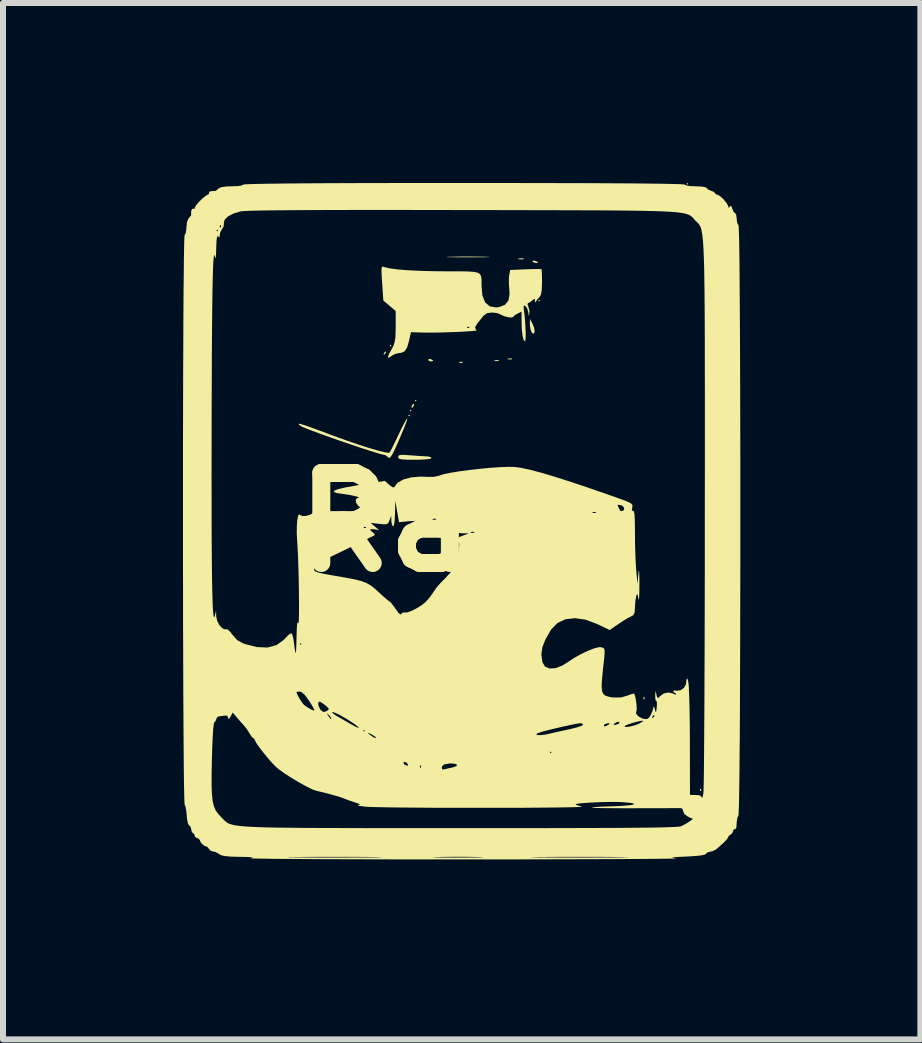
<source format=kicad_pcb>
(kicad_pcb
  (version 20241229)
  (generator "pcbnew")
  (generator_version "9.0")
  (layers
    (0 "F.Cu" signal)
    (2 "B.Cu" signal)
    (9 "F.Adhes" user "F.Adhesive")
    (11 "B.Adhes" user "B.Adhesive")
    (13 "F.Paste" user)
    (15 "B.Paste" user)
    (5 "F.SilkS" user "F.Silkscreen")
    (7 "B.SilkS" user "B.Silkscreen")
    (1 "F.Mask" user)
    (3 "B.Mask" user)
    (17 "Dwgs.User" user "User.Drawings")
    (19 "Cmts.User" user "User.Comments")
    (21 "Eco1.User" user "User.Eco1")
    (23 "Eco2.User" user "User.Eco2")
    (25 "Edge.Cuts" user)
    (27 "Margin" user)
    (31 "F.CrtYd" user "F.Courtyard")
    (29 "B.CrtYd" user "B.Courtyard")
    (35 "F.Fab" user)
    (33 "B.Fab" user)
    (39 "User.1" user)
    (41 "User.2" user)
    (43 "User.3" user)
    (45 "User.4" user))
  (footprint "Rage"
    (layer "F.Cu")
    (at 4.698 5.655)
    (property "Reference" "Rage" (at 0 0 0) (layer "F.SilkS") (effects (font (size 1.5 1.5) (thickness 0.3))))
    (attr board_only exclude_from_pos_files exclude_from_bom)
    (fp_poly (pts (xy -1.223 -2.946) (xy -1.237 -2.932) (xy -1.251 -2.946) (xy -1.237 -2.96)) (stroke (width 0) (type solid)) (fill yes) (layer "F.SilkS"))
    (fp_poly (pts (xy -0.917 -1.779) (xy -0.931 -1.765) (xy -0.945 -1.779) (xy -0.931 -1.792)) (stroke (width 0) (type solid)) (fill yes) (layer "F.SilkS"))
    (fp_poly (pts (xy -0.889 -1.862) (xy -0.903 -1.848) (xy -0.917 -1.862) (xy -0.903 -1.876)) (stroke (width 0) (type solid)) (fill yes) (layer "F.SilkS"))
    (fp_poly (pts (xy -0.806 -2.029) (xy -0.82 -2.015) (xy -0.834 -2.029) (xy -0.82 -2.043)) (stroke (width 0) (type solid)) (fill yes) (layer "F.SilkS"))
    (fp_poly (pts (xy 1.251 -3.696) (xy 1.237 -3.682) (xy 1.223 -3.696) (xy 1.237 -3.71)) (stroke (width 0) (type solid)) (fill yes) (layer "F.SilkS"))
    (fp_poly (pts (xy 3.724 -5.641) (xy 3.71 -5.627) (xy 3.696 -5.641) (xy 3.71 -5.655)) (stroke (width 0) (type solid)) (fill yes) (layer "F.SilkS"))
    (fp_poly (pts (xy -0.035 -2.671) (xy -0.044 -2.658) (xy -0.072 -2.656) (xy -0.101 -2.663) (xy -0.089 -2.673) (xy -0.045 -2.676)) (stroke (width 0) (type solid)) (fill yes) (layer "F.SilkS"))
    (fp_poly (pts (xy 0.563 -2.7) (xy 0.566 -2.69) (xy 0.528 -2.686) (xy 0.489 -2.69) (xy 0.493 -2.7) (xy 0.55 -2.704)) (stroke (width 0) (type solid)) (fill yes) (layer "F.SilkS"))
    (fp_poly (pts (xy 0.785 -2.728) (xy 0.789 -2.718) (xy 0.75 -2.714) (xy 0.711 -2.718) (xy 0.716 -2.728) (xy 0.772 -2.732)) (stroke (width 0) (type solid)) (fill yes) (layer "F.SilkS"))
    (fp_poly (pts (xy 2.992 2.913) (xy 2.995 2.946) (xy 2.992 2.95) (xy 2.976 2.947) (xy 2.974 2.932) (xy 2.984 2.909)) (stroke (width 0) (type solid)) (fill yes) (layer "F.SilkS"))
    (fp_poly (pts (xy 3.937 4.442) (xy 3.94 4.475) (xy 3.937 4.479) (xy 3.92 4.475) (xy 3.918 4.46) (xy 3.929 4.437)) (stroke (width 0) (type solid)) (fill yes) (layer "F.SilkS"))
    (fp_poly (pts (xy -0.846 -1.968) (xy -0.851 -1.947) (xy -0.873 -1.908) (xy -0.888 -1.914) (xy -0.889 -1.93) (xy -0.869 -1.967) (xy -0.862 -1.973)) (stroke (width 0) (type solid)) (fill yes) (layer "F.SilkS"))
    (fp_poly (pts (xy 1.167 -4.357) (xy 1.215 -4.339) (xy 1.215 -4.325) (xy 1.183 -4.321) (xy 1.136 -4.337) (xy 1.127 -4.347) (xy 1.136 -4.361)) (stroke (width 0) (type solid)) (fill yes) (layer "F.SilkS"))
    (fp_poly (pts (xy -1.315 -2.831) (xy -1.32 -2.821) (xy -1.346 -2.794) (xy -1.351 -2.793) (xy -1.353 -2.811) (xy -1.348 -2.821) (xy -1.322 -2.847) (xy -1.317 -2.848)) (stroke (width 0) (type solid)) (fill yes) (layer "F.SilkS"))
    (fp_poly (pts (xy -0.57 -2.72) (xy -0.533 -2.7) (xy -0.528 -2.693) (xy -0.551 -2.683) (xy -0.57 -2.682) (xy -0.607 -2.696) (xy -0.611 -2.709) (xy -0.591 -2.724)) (stroke (width 0) (type solid)) (fill yes) (layer "F.SilkS"))
    (fp_poly (pts (xy 0.98 -4.395) (xy 0.981 -4.386) (xy 0.938 -4.382) (xy 0.931 -4.382) (xy 0.888 -4.386) (xy 0.892 -4.395) (xy 0.897 -4.396) (xy 0.957 -4.4)) (stroke (width 0) (type solid)) (fill yes) (layer "F.SilkS"))
    (fp_poly (pts (xy 1.127 -3.308) (xy 1.154 -3.24) (xy 1.163 -3.182) (xy 1.154 -3.147) (xy 1.128 -3.15) (xy 1.119 -3.158) (xy 1.095 -3.208) (xy 1.084 -3.284) (xy 1.084 -3.292) (xy 1.084 -3.39)) (stroke (width 0) (type solid)) (fill yes) (layer "F.SilkS"))
    (fp_poly (pts (xy 0.298 -4.427) (xy 0.354 -4.425) (xy 0.414 -4.423) (xy 0.421 -4.421) (xy 0.38 -4.419) (xy 0.293 -4.417) (xy 0.165 -4.417) (xy 0.056 -4.417) (xy -0.099 -4.417) (xy -0.215 -4.418) (xy -0.287 -4.419) (xy -0.313 -4.421) (xy -0.289 -4.424) (xy -0.243 -4.425) (xy -0.074 -4.429) (xy 0.117 -4.429)) (stroke (width 0) (type solid)) (fill yes) (layer "F.SilkS"))
    (fp_poly (pts (xy -0.921 -1.117) (xy -0.899 -1.116) (xy -0.787 -1.107) (xy -0.689 -1.101) (xy -0.625 -1.098) (xy -0.621 -1.098) (xy -0.571 -1.088) (xy -0.556 -1.07) (xy -0.582 -1.057) (xy -0.656 -1.048) (xy -0.77 -1.043) (xy -0.834 -1.042) (xy -0.962 -1.043) (xy -1.044 -1.048) (xy -1.09 -1.057) (xy -1.109 -1.073) (xy -1.112 -1.088) (xy -1.105 -1.111) (xy -1.079 -1.122) (xy -1.021 -1.124)) (stroke (width 0) (type solid)) (fill yes) (layer "F.SilkS"))
    (fp_poly (pts (xy -0.964 -1.703) (xy -0.989 -1.633) (xy -1.029 -1.532) (xy -1.081 -1.41) (xy -1.094 -1.38) (xy -1.155 -1.242) (xy -1.2 -1.149) (xy -1.232 -1.096) (xy -1.255 -1.074) (xy -1.273 -1.078) (xy -1.278 -1.083) (xy -1.325 -1.119) (xy -1.35 -1.125) (xy -1.394 -1.135) (xy -1.481 -1.16) (xy -1.602 -1.198) (xy -1.748 -1.245) (xy -1.91 -1.3) (xy -2.08 -1.358) (xy -2.247 -1.417) (xy -2.403 -1.473) (xy -2.539 -1.523) (xy -2.646 -1.564) (xy -2.715 -1.594) (xy -2.725 -1.599) (xy -2.765 -1.627) (xy -2.771 -1.643) (xy -2.742 -1.639) (xy -2.671 -1.618) (xy -2.57 -1.583) (xy -2.456 -1.541) (xy -2.212 -1.45) (xy -1.985 -1.368) (xy -1.779 -1.297) (xy -1.599 -1.239) (xy -1.451 -1.196) (xy -1.341 -1.168) (xy -1.274 -1.158) (xy -1.255 -1.163) (xy -1.233 -1.2) (xy -1.194 -1.276) (xy -1.144 -1.379) (xy -1.101 -1.47) (xy -1.048 -1.58) (xy -1.003 -1.666) (xy -0.971 -1.72) (xy -0.959 -1.732)) (stroke (width 0) (type solid)) (fill yes) (layer "F.SilkS"))
    (fp_poly (pts (xy -1.355 -4.258) (xy -1.345 -4.255) (xy -1.258 -4.233) (xy -1.122 -4.215) (xy -0.942 -4.2) (xy -0.725 -4.19) (xy -0.476 -4.184) (xy -0.302 -4.183) (xy -0.108 -4.183) (xy 0.037 -4.181) (xy 0.14 -4.175) (xy 0.209 -4.162) (xy 0.25 -4.138) (xy 0.271 -4.101) (xy 0.278 -4.047) (xy 0.278 -3.974) (xy 0.278 -3.936) (xy 0.293 -3.777) (xy 0.338 -3.665) (xy 0.412 -3.6) (xy 0.517 -3.581) (xy 0.574 -3.588) (xy 0.669 -3.625) (xy 0.726 -3.695) (xy 0.745 -3.803) (xy 0.74 -3.888) (xy 0.733 -3.991) (xy 0.735 -4.085) (xy 0.739 -4.121) (xy 0.756 -4.205) (xy 1.01 -4.216) (xy 1.123 -4.22) (xy 1.213 -4.221) (xy 1.267 -4.22) (xy 1.276 -4.219) (xy 1.281 -4.189) (xy 1.285 -4.118) (xy 1.286 -4.019) (xy 1.286 -3.997) (xy 1.281 -3.871) (xy 1.268 -3.793) (xy 1.245 -3.754) (xy 1.244 -3.754) (xy 1.2 -3.705) (xy 1.188 -3.682) (xy 1.175 -3.66) (xy 1.169 -3.69) (xy 1.169 -3.691) (xy 1.163 -3.725) (xy 1.141 -3.715) (xy 1.124 -3.698) (xy 1.077 -3.663) (xy 1.053 -3.654) (xy 1.043 -3.634) (xy 1.057 -3.597) (xy 1.077 -3.525) (xy 1.075 -3.479) (xy 1.067 -3.443) (xy 1.062 -3.458) (xy 1.06 -3.491) (xy 1.041 -3.56) (xy 1.013 -3.6) (xy 0.987 -3.616) (xy 0.979 -3.597) (xy 0.984 -3.534) (xy 0.985 -3.527) (xy 0.999 -3.411) (xy 1.008 -3.291) (xy 1.013 -3.179) (xy 1.013 -3.087) (xy 1.008 -3.029) (xy 1.002 -3.015) (xy 0.979 -3.041) (xy 0.961 -3.113) (xy 0.949 -3.219) (xy 0.945 -3.349) (xy 0.945 -3.35) (xy 0.945 -3.51) (xy 0.876 -3.478) (xy 0.825 -3.447) (xy 0.806 -3.423) (xy 0.783 -3.413) (xy 0.729 -3.417) (xy 0.663 -3.433) (xy 0.606 -3.456) (xy 0.591 -3.466) (xy 0.542 -3.485) (xy 0.467 -3.496) (xy 0.456 -3.496) (xy 0.37 -3.486) (xy 0.309 -3.441) (xy 0.301 -3.431) (xy 0.248 -3.364) (xy 0.207 -3.314) (xy 0.17 -3.251) (xy 0.182 -3.212) (xy 0.201 -3.202) (xy 0.192 -3.196) (xy 0.136 -3.189) (xy 0.045 -3.182) (xy -0.072 -3.175) (xy -0.205 -3.17) (xy -0.345 -3.165) (xy -0.48 -3.162) (xy -0.603 -3.161) (xy -0.678 -3.162) (xy -0.898 -3.168) (xy -0.932 -3.019) (xy -0.964 -2.912) (xy -1.004 -2.85) (xy -1.062 -2.824) (xy -1.099 -2.821) (xy -1.167 -2.804) (xy -1.21 -2.78) (xy -1.264 -2.745) (xy -1.284 -2.748) (xy -1.27 -2.792) (xy -1.229 -2.869) (xy -1.192 -2.939) (xy -1.17 -3.004) (xy -1.158 -3.08) (xy -1.154 -3.186) (xy -1.153 -3.256) (xy 0.037 -3.256) (xy 0.041 -3.24) (xy 0.056 -3.238) (xy 0.078 -3.248) (xy 0.074 -3.256) (xy 0.041 -3.259) (xy 0.037 -3.256) (xy -1.153 -3.256) (xy -1.153 -3.261) (xy -1.153 -3.521) (xy -1.256 -3.609) (xy -1.359 -3.696) (xy -1.379 -3.986) (xy -1.387 -4.114) (xy -1.39 -4.197) (xy -1.386 -4.242) (xy -1.375 -4.26)) (stroke (width 0) (type solid)) (fill yes) (layer "F.SilkS"))
    (fp_poly (pts (xy 0.59 -5.655) (xy 1.14 -5.654) (xy 1.637 -5.653) (xy 2.08 -5.652) (xy 2.469 -5.65) (xy 2.804 -5.648) (xy 3.084 -5.645) (xy 3.31 -5.642) (xy 3.481 -5.638) (xy 3.597 -5.635) (xy 3.658 -5.63) (xy 3.668 -5.627) (xy 3.694 -5.613) (xy 3.761 -5.603) (xy 3.849 -5.6) (xy 3.941 -5.596) (xy 4.006 -5.586) (xy 4.03 -5.572) (xy 4.053 -5.546) (xy 4.099 -5.528) (xy 4.151 -5.506) (xy 4.168 -5.486) (xy 4.191 -5.463) (xy 4.206 -5.461) (xy 4.248 -5.44) (xy 4.304 -5.39) (xy 4.356 -5.33) (xy 4.388 -5.275) (xy 4.391 -5.259) (xy 4.398 -5.241) (xy 4.415 -5.262) (xy 4.436 -5.276) (xy 4.454 -5.24) (xy 4.457 -5.227) (xy 4.479 -5.174) (xy 4.502 -5.155) (xy 4.521 -5.131) (xy 4.53 -5.071) (xy 4.53 -5.06) (xy 4.538 -4.993) (xy 4.557 -4.956) (xy 4.56 -4.955) (xy 4.564 -4.926) (xy 4.567 -4.846) (xy 4.571 -4.716) (xy 4.574 -4.542) (xy 4.577 -4.325) (xy 4.579 -4.07) (xy 4.581 -3.78) (xy 4.583 -3.458) (xy 4.585 -3.108) (xy 4.587 -2.733) (xy 4.588 -2.336) (xy 4.589 -1.922) (xy 4.59 -1.493) (xy 4.591 -1.053) (xy 4.591 -0.605) (xy 4.591 -0.153) (xy 4.591 0.3) (xy 4.591 0.75) (xy 4.59 1.195) (xy 4.589 1.63) (xy 4.588 2.052) (xy 4.587 2.459) (xy 4.585 2.845) (xy 4.584 3.209) (xy 4.582 3.546) (xy 4.579 3.853) (xy 4.577 4.127) (xy 4.574 4.365) (xy 4.571 4.562) (xy 4.568 4.716) (xy 4.564 4.822) (xy 4.561 4.879) (xy 4.559 4.887) (xy 4.54 4.932) (xy 4.53 5.006) (xy 4.53 5.023) (xy 4.524 5.091) (xy 4.507 5.115) (xy 4.502 5.113) (xy 4.478 5.12) (xy 4.474 5.14) (xy 4.452 5.188) (xy 4.432 5.201) (xy 4.396 5.229) (xy 4.391 5.244) (xy 4.369 5.282) (xy 4.304 5.349) (xy 4.2 5.441) (xy 4.18 5.457) (xy 4.121 5.484) (xy 4.089 5.489) (xy 4.038 5.504) (xy 4.023 5.523) (xy 3.994 5.541) (xy 3.917 5.555) (xy 3.791 5.566) (xy 3.694 5.571) (xy 3.564 5.577) (xy 3.485 5.582) (xy 3.454 5.587) (xy 3.466 5.592) (xy 3.518 5.6) (xy 3.529 5.601) (xy 3.521 5.603) (xy 3.46 5.605) (xy 3.349 5.607) (xy 3.192 5.609) (xy 2.992 5.611) (xy 2.752 5.612) (xy 2.474 5.614) (xy 2.162 5.615) (xy 1.819 5.616) (xy 1.447 5.617) (xy 1.051 5.618) (xy 0.633 5.619) (xy 0.196 5.619) (xy 0 5.619) (xy -0.445 5.619) (xy -0.873 5.619) (xy -1.282 5.618) (xy -1.666 5.617) (xy -2.025 5.616) (xy -2.354 5.615) (xy -2.65 5.613) (xy -2.911 5.611) (xy -3.133 5.61) (xy -3.314 5.607) (xy -3.449 5.605) (xy -3.536 5.603) (xy -3.572 5.601) (xy -3.571 5.6) (xy -3.537 5.591) (xy -3.55 5.584) (xy -3.578 5.582) (xy -2.961 5.582) (xy -2.957 5.583) (xy -2.905 5.584) (xy -2.806 5.585) (xy -2.663 5.586) (xy -2.479 5.587) (xy -2.255 5.587) (xy -2.168 5.587) (xy -1.931 5.587) (xy -1.732 5.586) (xy -1.575 5.586) (xy -1.46 5.585) (xy -1.391 5.584) (xy -1.386 5.583) (xy -0.53 5.583) (xy -0.494 5.585) (xy -0.412 5.586) (xy -0.287 5.587) (xy -0.123 5.588) (xy -0.111 5.588) (xy 0.056 5.587) (xy 0.183 5.586) (xy 0.268 5.585) (xy 0.307 5.583) (xy 0.299 5.582) (xy 1.091 5.582) (xy 1.091 5.583) (xy 1.141 5.584) (xy 1.237 5.585) (xy 1.377 5.586) (xy 1.559 5.587) (xy 1.781 5.587) (xy 1.904 5.587) (xy 2.145 5.587) (xy 2.348 5.586) (xy 2.511 5.586) (xy 2.63 5.585) (xy 2.705 5.584) (xy 2.732 5.582) (xy 2.709 5.581) (xy 2.635 5.58) (xy 2.579 5.579) (xy 2.341 5.577) (xy 2.069 5.576) (xy 1.784 5.576) (xy 1.508 5.577) (xy 1.262 5.579) (xy 1.246 5.579) (xy 1.142 5.58) (xy 1.091 5.582) (xy 0.299 5.582) (xy 0.297 5.581) (xy 0.235 5.579) (xy 0.229 5.579) (xy 0.05 5.576) (xy -0.154 5.575) (xy -0.351 5.577) (xy -0.452 5.579) (xy -0.517 5.581) (xy -0.53 5.583) (xy -1.386 5.583) (xy -1.37 5.582) (xy -1.399 5.581) (xy -1.48 5.579) (xy -1.521 5.579) (xy -1.761 5.577) (xy -2.034 5.576) (xy -2.318 5.576) (xy -2.589 5.577) (xy -2.814 5.579) (xy -2.914 5.58) (xy -2.961 5.582) (xy -3.578 5.582) (xy -3.613 5.579) (xy -3.729 5.576) (xy -3.757 5.576) (xy -3.903 5.572) (xy -4.003 5.563) (xy -4.065 5.548) (xy -4.095 5.53) (xy -4.155 5.495) (xy -4.191 5.489) (xy -4.244 5.47) (xy -4.262 5.447) (xy -4.292 5.41) (xy -4.309 5.405) (xy -4.356 5.384) (xy -4.401 5.338) (xy -4.419 5.296) (xy -4.441 5.27) (xy -4.46 5.266) (xy -4.497 5.244) (xy -4.502 5.225) (xy -4.517 5.188) (xy -4.53 5.183) (xy -4.552 5.16) (xy -4.558 5.126) (xy -4.573 5.074) (xy -4.592 5.057) (xy -4.615 5.022) (xy -4.631 4.944) (xy -4.636 4.884) (xy -4.645 4.795) (xy -4.658 4.731) (xy -4.67 4.71) (xy -4.673 4.68) (xy -4.676 4.599) (xy -4.679 4.469) (xy -4.681 4.386) (xy -4.221 4.386) (xy -4.216 4.53) (xy -4.204 4.642) (xy -4.184 4.729) (xy -4.155 4.798) (xy -4.114 4.857) (xy -4.062 4.914) (xy -4.05 4.927) (xy -4.026 4.951) (xy -4.005 4.972) (xy -3.983 4.991) (xy -3.959 5.009) (xy -3.929 5.024) (xy -3.889 5.037) (xy -3.838 5.049) (xy -3.773 5.059) (xy -3.69 5.067) (xy -3.586 5.074) (xy -3.46 5.08) (xy -3.307 5.085) (xy -3.126 5.089) (xy -2.913 5.091) (xy -2.665 5.094) (xy -2.38 5.095) (xy -2.054 5.096) (xy -1.686 5.097) (xy -1.271 5.097) (xy -0.807 5.097) (xy -0.292 5.097) (xy -0.106 5.097) (xy 0.448 5.098) (xy 0.947 5.098) (xy 1.396 5.097) (xy 1.796 5.096) (xy 2.149 5.095) (xy 2.457 5.094) (xy 2.724 5.092) (xy 2.951 5.09) (xy 3.14 5.088) (xy 3.293 5.085) (xy 3.413 5.081) (xy 3.503 5.077) (xy 3.564 5.073) (xy 3.598 5.068) (xy 3.604 5.066) (xy 3.684 5.025) (xy 3.742 4.988) (xy 3.801 4.944) (xy 3.721 4.908) (xy 3.66 4.864) (xy 3.64 4.819) (xy 3.625 4.775) (xy 3.606 4.765) (xy 3.57 4.764) (xy 3.486 4.764) (xy 3.361 4.765) (xy 3.205 4.765) (xy 3.023 4.765) (xy 2.836 4.766) (xy 2.641 4.766) (xy 2.466 4.765) (xy 2.319 4.764) (xy 2.207 4.762) (xy 2.136 4.759) (xy 2.113 4.755) (xy 2.145 4.749) (xy 2.219 4.743) (xy 2.324 4.738) (xy 2.39 4.736) (xy 2.562 4.73) (xy 2.692 4.721) (xy 2.779 4.711) (xy 2.82 4.699) (xy 2.814 4.687) (xy 2.757 4.676) (xy 2.647 4.666) (xy 2.606 4.663) (xy 2.508 4.661) (xy 2.388 4.661) (xy 2.258 4.664) (xy 2.13 4.67) (xy 2.013 4.677) (xy 1.919 4.685) (xy 1.86 4.694) (xy 1.845 4.703) (xy 1.879 4.718) (xy 1.944 4.737) (xy 1.951 4.739) (xy 1.942 4.743) (xy 1.882 4.746) (xy 1.778 4.749) (xy 1.634 4.752) (xy 1.456 4.754) (xy 1.249 4.756) (xy 1.019 4.758) (xy 0.77 4.759) (xy 0.509 4.759) (xy 0.24 4.759) (xy -0.03 4.759) (xy -0.298 4.759) (xy -0.556 4.758) (xy -0.801 4.756) (xy -1.026 4.754) (xy -1.227 4.752) (xy -1.398 4.749) (xy -1.533 4.746) (xy -1.627 4.742) (xy -1.667 4.739) (xy -1.747 4.728) (xy -1.788 4.719) (xy -1.782 4.713) (xy -1.779 4.713) (xy -1.747 4.706) (xy -1.76 4.694) (xy -1.822 4.672) (xy -1.834 4.668) (xy -1.922 4.639) (xy -1.996 4.611) (xy -2.015 4.603) (xy -2.073 4.582) (xy -2.167 4.554) (xy -2.279 4.523) (xy -2.392 4.495) (xy -2.473 4.476) (xy -2.542 4.452) (xy -2.643 4.402) (xy -2.763 4.336) (xy -2.888 4.261) (xy -3.005 4.186) (xy -3.101 4.117) (xy -3.15 4.075) (xy -3.154 4.071) (xy -0.75 4.071) (xy -0.74 4.094) (xy -0.732 4.09) (xy -0.731 4.081) (xy -0.384 4.081) (xy -0.38 4.118) (xy -0.343 4.118) (xy -0.28 4.102) (xy -0.199 4.085) (xy -0.199 4.084) (xy -0.14 4.064) (xy -0.13 4.043) (xy -0.161 4.026) (xy -0.229 4.019) (xy -0.267 4.021) (xy -0.346 4.036) (xy -0.381 4.069) (xy -0.384 4.081) (xy -0.731 4.081) (xy -0.728 4.057) (xy -0.732 4.053) (xy -0.748 4.057) (xy -0.75 4.071) (xy -3.154 4.071) (xy -3.218 4.005) (xy -3.224 3.998) (xy -1.02 3.998) (xy -1.018 4.027) (xy -1 4.043) (xy -0.956 4.058) (xy -0.947 4.039) (xy -0.967 4.01) (xy -1.005 3.992) (xy -1.02 3.998) (xy -3.224 3.998) (xy -3.295 3.917) (xy -3.361 3.835) (xy 1.417 3.835) (xy 1.431 3.849) (xy 1.445 3.835) (xy 1.431 3.821) (xy 1.417 3.835) (xy -3.361 3.835) (xy -3.37 3.824) (xy -3.436 3.737) (xy -3.483 3.668) (xy -3.501 3.627) (xy -3.502 3.626) (xy -3.519 3.6) (xy -3.525 3.599) (xy -3.552 3.577) (xy -3.586 3.523) (xy -3.587 3.522) (xy -3.592 3.513) (xy -1.613 3.513) (xy -1.584 3.541) (xy -1.528 3.58) (xy -1.488 3.598) (xy -1.487 3.598) (xy -1.482 3.586) (xy -1.501 3.57) (xy -1.555 3.535) (xy 1.189 3.535) (xy 1.209 3.547) (xy 1.264 3.548) (xy 1.349 3.537) (xy 1.386 3.529) (xy 1.494 3.504) (xy 1.628 3.474) (xy 1.758 3.446) (xy 1.858 3.421) (xy 1.92 3.401) (xy 2.318 3.401) (xy 2.351 3.397) (xy 2.356 3.394) (xy 2.667 3.394) (xy 2.667 3.41) (xy 2.706 3.411) (xy 2.768 3.401) (xy 2.839 3.382) (xy 2.903 3.357) (xy 2.911 3.353) (xy 2.958 3.324) (xy 2.974 3.31) (xy 2.95 3.307) (xy 2.892 3.318) (xy 2.817 3.338) (xy 2.742 3.361) (xy 2.685 3.383) (xy 2.667 3.394) (xy 2.356 3.394) (xy 2.39 3.376) (xy 2.397 3.37) (xy 2.475 3.37) (xy 2.5 3.376) (xy 2.506 3.376) (xy 2.557 3.362) (xy 2.571 3.349) (xy 2.573 3.324) (xy 2.54 3.328) (xy 2.501 3.349) (xy 2.475 3.37) (xy 2.397 3.37) (xy 2.416 3.355) (xy 2.391 3.349) (xy 2.385 3.349) (xy 2.334 3.363) (xy 2.32 3.376) (xy 2.318 3.401) (xy 1.92 3.401) (xy 1.934 3.397) (xy 1.971 3.377) (xy 1.973 3.374) (xy 1.95 3.353) (xy 1.924 3.349) (xy 1.875 3.355) (xy 1.785 3.373) (xy 1.667 3.398) (xy 1.533 3.429) (xy 1.397 3.462) (xy 1.283 3.492) (xy 1.212 3.516) (xy 1.189 3.535) (xy -1.555 3.535) (xy -1.565 3.529) (xy -1.605 3.51) (xy -1.613 3.513) (xy -3.592 3.513) (xy -3.617 3.474) (xy -1.695 3.474) (xy -1.681 3.488) (xy -1.667 3.474) (xy -1.681 3.46) (xy -1.695 3.474) (xy -3.617 3.474) (xy -3.636 3.444) (xy -3.682 3.387) (xy -3.74 3.323) (xy -3.802 3.251) (xy -3.803 3.249) (xy -3.857 3.185) (xy -2.297 3.185) (xy -2.296 3.195) (xy -2.276 3.229) (xy -2.244 3.27) (xy -2.226 3.277) (xy -2.233 3.251) (xy -2.263 3.216) (xy -2.297 3.185) (xy -3.857 3.185) (xy -3.869 3.171) (xy -3.906 3.239) (xy -3.933 3.28) (xy -3.944 3.272) (xy -3.945 3.259) (xy -3.962 3.223) (xy -4.009 3.222) (xy -4.074 3.232) (xy -4.106 3.235) (xy -4.137 3.26) (xy -4.141 3.277) (xy -4.159 3.319) (xy -4.171 3.327) (xy -4.184 3.357) (xy -4.194 3.441) (xy -4.203 3.578) (xy -4.211 3.77) (xy -4.217 3.969) (xy -4.221 4.201) (xy -4.221 4.386) (xy -4.681 4.386) (xy -4.682 4.294) (xy -4.685 4.077) (xy -4.687 3.823) (xy -4.689 3.533) (xy -4.691 3.213) (xy -4.691 3.164) (xy -2.214 3.164) (xy -2.2 3.183) (xy -2.15 3.22) (xy -2.107 3.245) (xy -2.011 3.3) (xy -1.916 3.355) (xy -1.89 3.37) (xy -1.808 3.414) (xy -1.77 3.428) (xy -1.776 3.413) (xy -1.828 3.37) (xy -1.862 3.347) (xy -1.97 3.277) (xy -2.07 3.22) (xy -2.152 3.179) (xy -2.203 3.162) (xy -2.214 3.164) (xy -4.691 3.164) (xy -4.693 2.864) (xy -4.693 2.83) (xy -2.807 2.83) (xy -2.792 2.872) (xy -2.758 2.936) (xy -2.716 3.001) (xy -2.68 3.045) (xy -2.678 3.046) (xy -2.623 3.085) (xy -2.562 3.12) (xy -2.517 3.138) (xy -2.506 3.138) (xy -2.515 3.113) (xy -2.547 3.054) (xy -2.576 3.008) (xy -2.445 3.008) (xy -2.44 3.056) (xy -2.415 3.111) (xy -2.401 3.13) (xy -2.357 3.162) (xy -2.31 3.15) (xy -2.303 3.146) (xy -2.27 3.121) (xy -2.273 3.098) (xy -2.316 3.059) (xy -2.326 3.05) (xy -2.383 3.009) (xy -2.422 2.988) (xy -2.425 2.988) (xy -2.445 3.008) (xy -2.576 3.008) (xy -2.596 2.976) (xy -2.67 2.874) (xy -2.729 2.826) (xy -2.751 2.821) (xy -2.796 2.825) (xy -2.807 2.83) (xy -4.693 2.83) (xy -4.694 2.492) (xy -4.695 2.099) (xy -4.697 1.688) (xy -4.697 1.264) (xy -4.698 0.829) (xy -4.698 0.388) (xy -4.698 -0.057) (xy -4.698 -0.501) (xy -4.698 -0.81) (xy -4.222 -0.81) (xy -4.221 -0.36) (xy -4.221 0.039) (xy -4.219 0.387) (xy -4.217 0.687) (xy -4.214 0.941) (xy -4.21 1.15) (xy -4.205 1.316) (xy -4.2 1.44) (xy -4.193 1.526) (xy -4.186 1.574) (xy -4.178 1.586) (xy -4.168 1.565) (xy -4.166 1.556) (xy -4.147 1.473) (xy -4.144 1.572) (xy -4.127 1.647) (xy -4.089 1.717) (xy -4.04 1.768) (xy -3.993 1.786) (xy -3.977 1.78) (xy -3.947 1.791) (xy -3.901 1.837) (xy -3.875 1.873) (xy -3.795 1.964) (xy -3.69 2.021) (xy -3.673 2.027) (xy -3.466 2.08) (xy -3.288 2.087) (xy -3.139 2.046) (xy -3.017 1.959) (xy -2.993 1.932) (xy -2.941 1.879) (xy -2.901 1.85) (xy -2.894 1.848) (xy -2.876 1.873) (xy -2.859 1.938) (xy -2.848 2.008) (xy -2.835 2.115) (xy -2.825 2.172) (xy -2.818 2.178) (xy -2.812 2.132) (xy -2.809 2.032) (xy -2.808 2.029) (xy -2.751 2.029) (xy -2.737 2.043) (xy -2.723 2.029) (xy -2.737 2.015) (xy -2.751 2.029) (xy -2.808 2.029) (xy -2.806 1.918) (xy -2.802 1.781) (xy -2.796 1.699) (xy -2.788 1.667) (xy -2.777 1.681) (xy -2.771 1.675) (xy -2.767 1.62) (xy -2.765 1.527) (xy -2.764 1.402) (xy -2.765 1.253) (xy -2.767 1.09) (xy -2.77 0.919) (xy -2.774 0.778) (xy -2.515 0.778) (xy -2.51 0.802) (xy -2.488 0.821) (xy -2.441 0.838) (xy -2.362 0.857) (xy -2.24 0.879) (xy -2.154 0.894) (xy -1.969 0.926) (xy -1.829 0.953) (xy -1.724 0.98) (xy -1.642 1.011) (xy -1.574 1.049) (xy -1.509 1.099) (xy -1.437 1.164) (xy -1.434 1.167) (xy -1.356 1.238) (xy -1.294 1.292) (xy -1.258 1.319) (xy -1.254 1.321) (xy -1.23 1.342) (xy -1.187 1.397) (xy -1.153 1.446) (xy -1.104 1.512) (xy -1.071 1.538) (xy -1.061 1.53) (xy -1.034 1.502) (xy -1.015 1.504) (xy -0.961 1.502) (xy -0.88 1.473) (xy -0.787 1.425) (xy -0.699 1.366) (xy -0.653 1.327) (xy -0.583 1.248) (xy -0.522 1.161) (xy -0.516 1.151) (xy -0.466 1.08) (xy -0.392 0.996) (xy -0.33 0.936) (xy -0.234 0.83) (xy -0.166 0.708) (xy -0.12 0.556) (xy -0.099 0.438) (xy -0.093 0.362) (xy -0.103 0.327) (xy -0.125 0.32) (xy -0.165 0.31) (xy -0.159 0.286) (xy -0.113 0.254) (xy -0.049 0.227) (xy 0.069 0.185) (xy -0.061 0.183) (xy -0.114 0.174) (xy 0.095 0.174) (xy 0.123 0.178) (xy 0.159 0.173) (xy 0.159 0.164) (xy 0.122 0.157) (xy 0.106 0.162) (xy 0.095 0.174) (xy -0.114 0.174) (xy -0.169 0.165) (xy -0.282 0.12) (xy -0.385 0.059) (xy -0.459 -0.01) (xy -0.481 -0.047) (xy -0.504 -0.067) (xy -0.519 -0.055) (xy -0.558 -0.039) (xy -0.633 -0.029) (xy -0.695 -0.027) (xy -0.811 -0.024) (xy -0.928 -0.018) (xy -0.973 -0.014) (xy -1.098 -0.001) (xy -1.125 -0.159) (xy 2.124 -0.159) (xy 2.151 -0.155) (xy 2.187 -0.16) (xy 2.188 -0.17) (xy 2.174 -0.172) (xy 2.406 -0.172) (xy 2.414 -0.164) (xy 2.459 -0.165) (xy 2.523 -0.171) (xy 2.588 -0.182) (xy 2.636 -0.194) (xy 2.646 -0.199) (xy 2.655 -0.23) (xy 2.65 -0.251) (xy 2.612 -0.283) (xy 2.55 -0.292) (xy 2.488 -0.277) (xy 2.454 -0.243) (xy 2.423 -0.189) (xy 2.406 -0.172) (xy 2.174 -0.172) (xy 2.151 -0.176) (xy 2.135 -0.172) (xy 2.124 -0.159) (xy -1.125 -0.159) (xy -1.129 -0.181) (xy -1.16 -0.361) (xy -1.164 -0.146) (xy -1.169 -0.04) (xy -1.179 0.035) (xy -1.193 0.069) (xy -1.195 0.069) (xy -1.214 0.045) (xy -1.225 -0.014) (xy -1.225 -0.021) (xy -1.227 -0.111) (xy -1.255 -0.034) (xy -1.275 0.011) (xy -1.304 0.031) (xy -1.357 0.033) (xy -1.427 0.026) (xy -1.57 0.01) (xy -1.501 0.069) (xy -1.431 0.129) (xy -1.508 0.117) (xy -1.569 0.113) (xy -1.579 0.129) (xy -1.538 0.167) (xy -1.535 0.168) (xy -1.503 0.2) (xy -1.501 0.213) (xy -1.531 0.229) (xy -1.6 0.264) (xy -1.697 0.312) (xy -1.81 0.368) (xy -1.929 0.426) (xy -2.042 0.481) (xy -2.137 0.527) (xy -2.204 0.559) (xy -2.223 0.568) (xy -2.369 0.64) (xy -2.466 0.705) (xy -2.511 0.76) (xy -2.515 0.778) (xy -2.774 0.778) (xy -2.775 0.749) (xy -2.78 0.588) (xy -2.787 0.445) (xy -2.794 0.326) (xy -2.796 0.299) (xy -2.802 0.182) (xy -2.801 0.079) (xy -1.686 0.079) (xy -1.682 0.095) (xy -1.667 0.097) (xy -1.645 0.087) (xy -1.649 0.079) (xy -1.682 0.075) (xy -1.686 0.079) (xy -2.801 0.079) (xy -2.801 0.07) (xy -2.794 -0.026) (xy -2.782 -0.097) (xy -2.767 -0.132) (xy -2.752 -0.126) (xy -2.71 -0.104) (xy -2.642 -0.107) (xy -2.57 -0.13) (xy -2.517 -0.169) (xy -2.514 -0.172) (xy -2.486 -0.2) (xy -2.445 -0.205) (xy -2.374 -0.187) (xy -2.365 -0.185) (xy -2.288 -0.167) (xy -2.232 -0.165) (xy -2.221 -0.168) (xy -2.184 -0.167) (xy -2.108 -0.149) (xy -2.005 -0.118) (xy -1.94 -0.095) (xy -1.688 -0.005) (xy -1.638 -0.071) (xy -1.608 -0.131) (xy -1.623 -0.178) (xy -1.687 -0.22) (xy -1.721 -0.235) (xy -1.776 -0.273) (xy -1.811 -0.324) (xy -1.82 -0.372) (xy -1.797 -0.402) (xy -1.782 -0.405) (xy -1.761 -0.411) (xy -1.785 -0.424) (xy -1.843 -0.44) (xy -1.923 -0.456) (xy -2.016 -0.47) (xy -2.037 -0.473) (xy -2.137 -0.488) (xy -2.183 -0.506) (xy -2.175 -0.528) (xy -2.113 -0.552) (xy -1.996 -0.58) (xy -1.824 -0.611) (xy -1.755 -0.623) (xy -1.333 -0.69) (xy -1.26 -0.623) (xy -1.208 -0.585) (xy -1.178 -0.583) (xy -1.176 -0.587) (xy -1.122 -0.659) (xy -1.024 -0.714) (xy -0.892 -0.749) (xy -0.735 -0.762) (xy -0.629 -0.757) (xy -0.519 -0.757) (xy -0.431 -0.775) (xy -0.421 -0.78) (xy -0.352 -0.802) (xy -0.24 -0.825) (xy -0.095 -0.849) (xy 0.072 -0.871) (xy 0.249 -0.891) (xy 0.425 -0.908) (xy 0.588 -0.919) (xy 0.727 -0.924) (xy 0.826 -0.922) (xy 0.938 -0.907) (xy 1.087 -0.875) (xy 1.274 -0.826) (xy 1.502 -0.758) (xy 1.774 -0.671) (xy 2.092 -0.564) (xy 2.458 -0.437) (xy 2.494 -0.424) (xy 2.626 -0.377) (xy 2.714 -0.343) (xy 2.765 -0.317) (xy 2.789 -0.293) (xy 2.793 -0.268) (xy 2.789 -0.243) (xy 2.783 -0.194) (xy 2.802 -0.192) (xy 2.803 -0.192) (xy 2.816 -0.184) (xy 2.826 -0.138) (xy 2.832 -0.048) (xy 2.834 0.091) (xy 2.835 0.172) (xy 2.836 0.339) (xy 2.841 0.511) (xy 2.847 0.669) (xy 2.855 0.791) (xy 2.856 0.792) (xy 2.876 1.028) (xy 2.892 0.861) (xy 2.899 0.81) (xy 2.904 0.81) (xy 2.907 0.863) (xy 2.909 0.97) (xy 2.909 1.042) (xy 2.908 1.162) (xy 2.905 1.247) (xy 2.9 1.291) (xy 2.894 1.287) (xy 2.893 1.278) (xy 2.881 1.212) (xy 2.871 1.195) (xy 2.859 1.223) (xy 2.855 1.237) (xy 2.842 1.31) (xy 2.835 1.403) (xy 2.835 1.425) (xy 2.829 1.505) (xy 2.807 1.548) (xy 2.772 1.568) (xy 2.716 1.596) (xy 2.635 1.645) (xy 2.562 1.694) (xy 2.414 1.796) (xy 2.208 1.697) (xy 2.015 1.624) (xy 1.836 1.598) (xy 1.678 1.616) (xy 1.544 1.679) (xy 1.44 1.785) (xy 1.431 1.799) (xy 1.343 1.953) (xy 1.292 2.081) (xy 1.275 2.197) (xy 1.289 2.313) (xy 1.295 2.338) (xy 1.337 2.406) (xy 1.412 2.437) (xy 1.511 2.431) (xy 1.624 2.388) (xy 1.709 2.335) (xy 1.816 2.264) (xy 1.935 2.197) (xy 2.053 2.141) (xy 2.159 2.1) (xy 2.238 2.081) (xy 2.265 2.082) (xy 2.297 2.09) (xy 2.317 2.102) (xy 2.328 2.128) (xy 2.329 2.177) (xy 2.323 2.259) (xy 2.309 2.383) (xy 2.304 2.432) (xy 2.287 2.6) (xy 2.279 2.722) (xy 2.285 2.806) (xy 2.306 2.86) (xy 2.346 2.892) (xy 2.406 2.91) (xy 2.461 2.92) (xy 2.606 2.919) (xy 2.699 2.892) (xy 2.769 2.866) (xy 2.814 2.854) (xy 2.821 2.854) (xy 2.837 2.894) (xy 2.851 2.965) (xy 2.861 3.045) (xy 2.865 3.113) (xy 2.859 3.147) (xy 2.852 3.185) (xy 2.885 3.229) (xy 2.946 3.265) (xy 2.98 3.276) (xy 3.037 3.28) (xy 3.058 3.264) (xy 3.119 3.264) (xy 3.123 3.265) (xy 3.148 3.246) (xy 3.154 3.238) (xy 3.161 3.212) (xy 3.157 3.21) (xy 3.132 3.229) (xy 3.126 3.238) (xy 3.119 3.264) (xy 3.058 3.264) (xy 3.075 3.25) (xy 3.098 3.211) (xy 3.129 3.139) (xy 3.144 3.079) (xy 3.144 3.079) (xy 3.151 3.067) (xy 3.164 3.103) (xy 3.166 3.112) (xy 3.179 3.161) (xy 3.186 3.165) (xy 3.194 3.12) (xy 3.198 3.08) (xy 3.201 3.013) (xy 3.195 2.978) (xy 3.189 2.978) (xy 3.177 2.962) (xy 3.172 2.907) (xy 3.172 2.885) (xy 3.176 2.825) (xy 3.181 2.819) (xy 3.188 2.855) (xy 3.204 2.917) (xy 3.228 2.926) (xy 3.262 2.891) (xy 3.318 2.852) (xy 3.394 2.837) (xy 3.46 2.851) (xy 3.467 2.856) (xy 3.507 2.871) (xy 3.521 2.866) (xy 3.517 2.85) (xy 3.506 2.848) (xy 3.476 2.829) (xy 3.474 2.819) (xy 3.495 2.802) (xy 3.529 2.807) (xy 3.59 2.801) (xy 3.65 2.762) (xy 3.683 2.705) (xy 3.684 2.698) (xy 3.694 2.622) (xy 3.704 2.599) (xy 3.717 2.628) (xy 3.725 2.668) (xy 3.731 2.723) (xy 3.736 2.825) (xy 3.741 2.968) (xy 3.745 3.143) (xy 3.748 3.343) (xy 3.75 3.559) (xy 3.75 3.661) (xy 3.752 4.544) (xy 3.849 4.544) (xy 3.919 4.552) (xy 3.947 4.579) (xy 3.95 4.592) (xy 3.956 4.597) (xy 3.967 4.557) (xy 3.975 4.516) (xy 3.978 4.475) (xy 3.98 4.381) (xy 3.983 4.238) (xy 3.985 4.048) (xy 3.987 3.814) (xy 3.989 3.54) (xy 3.991 3.229) (xy 3.993 2.883) (xy 3.994 2.506) (xy 3.996 2.1) (xy 3.997 1.669) (xy 3.998 1.216) (xy 3.999 0.743) (xy 3.999 0.254) (xy 3.999 -0.153) (xy 4 -0.753) (xy 4 -1.299) (xy 4 -1.796) (xy 4 -2.244) (xy 3.999 -2.646) (xy 3.999 -3.006) (xy 3.998 -3.326) (xy 3.996 -3.607) (xy 3.994 -3.854) (xy 3.991 -4.067) (xy 3.988 -4.251) (xy 3.983 -4.406) (xy 3.978 -4.536) (xy 3.972 -4.644) (xy 3.964 -4.732) (xy 3.956 -4.802) (xy 3.946 -4.857) (xy 3.935 -4.899) (xy 3.923 -4.932) (xy 3.909 -4.957) (xy 3.894 -4.977) (xy 3.877 -4.995) (xy 3.859 -5.012) (xy 3.846 -5.024) (xy 3.824 -5.049) (xy 3.804 -5.071) (xy 3.784 -5.091) (xy 3.762 -5.109) (xy 3.734 -5.124) (xy 3.698 -5.138) (xy 3.65 -5.15) (xy 3.589 -5.16) (xy 3.51 -5.169) (xy 3.411 -5.176) (xy 3.29 -5.182) (xy 3.142 -5.187) (xy 2.967 -5.191) (xy 2.759 -5.194) (xy 2.518 -5.197) (xy 2.239 -5.199) (xy 1.92 -5.2) (xy 1.558 -5.201) (xy 1.15 -5.202) (xy 0.694 -5.203) (xy 0.185 -5.204) (xy -0.014 -5.204) (xy -0.626 -5.205) (xy -1.184 -5.206) (xy -1.685 -5.206) (xy -2.132 -5.205) (xy -2.524 -5.204) (xy -2.861 -5.202) (xy -3.143 -5.2) (xy -3.37 -5.197) (xy -3.543 -5.193) (xy -3.662 -5.189) (xy -3.726 -5.184) (xy -3.734 -5.183) (xy -3.853 -5.147) (xy -3.946 -5.099) (xy -4.003 -5.045) (xy -4.017 -4.992) (xy -4.016 -4.989) (xy -4.021 -4.93) (xy -4.042 -4.896) (xy -4.077 -4.834) (xy -4.086 -4.789) (xy -4.09 -4.747) (xy -4.106 -4.756) (xy -4.113 -4.766) (xy -4.127 -4.768) (xy -4.137 -4.72) (xy -4.143 -4.62) (xy -4.144 -4.571) (xy -4.147 -4.463) (xy -4.152 -4.408) (xy -4.16 -4.405) (xy -4.167 -4.432) (xy -4.175 -4.457) (xy -4.182 -4.445) (xy -4.188 -4.395) (xy -4.194 -4.305) (xy -4.199 -4.173) (xy -4.204 -3.998) (xy -4.208 -3.779) (xy -4.211 -3.514) (xy -4.214 -3.201) (xy -4.217 -2.839) (xy -4.218 -2.427) (xy -4.22 -1.962) (xy -4.221 -1.443) (xy -4.221 -1.315) (xy -4.222 -0.81) (xy -4.698 -0.81) (xy -4.698 -0.942) (xy -4.698 -1.376) (xy -4.697 -1.799) (xy -4.696 -2.209) (xy -4.695 -2.6) (xy -4.693 -2.971) (xy -4.692 -3.317) (xy -4.69 -3.636) (xy -4.688 -3.923) (xy -4.685 -4.174) (xy -4.683 -4.388) (xy -4.68 -4.56) (xy -4.677 -4.686) (xy -4.674 -4.763) (xy -4.671 -4.788) (xy -4.652 -4.82) (xy -4.646 -4.863) (xy -4.141 -4.863) (xy -4.127 -4.849) (xy -4.113 -4.863) (xy -4.127 -4.877) (xy -4.141 -4.863) (xy -4.646 -4.863) (xy -4.642 -4.887) (xy -4.641 -4.918) (xy -4.639 -4.933) (xy -4.085 -4.933) (xy -4.075 -4.91) (xy -4.067 -4.914) (xy -4.063 -4.947) (xy -4.067 -4.951) (xy -4.083 -4.947) (xy -4.085 -4.933) (xy -4.639 -4.933) (xy -4.631 -5.008) (xy -4.605 -5.066) (xy -4.6 -5.071) (xy -4.567 -5.108) (xy -4.562 -5.123) (xy -4.562 -5.186) (xy -4.547 -5.223) (xy -4.53 -5.225) (xy -4.504 -5.228) (xy -4.502 -5.24) (xy -4.483 -5.279) (xy -4.435 -5.337) (xy -4.374 -5.397) (xy -4.317 -5.443) (xy -4.281 -5.461) (xy -4.262 -5.478) (xy -4.266 -5.489) (xy -4.257 -5.511) (xy -4.211 -5.522) (xy -4.164 -5.52) (xy -4.134 -5.537) (xy -4.112 -5.559) (xy -4.067 -5.584) (xy -3.979 -5.597) (xy -3.887 -5.6) (xy -3.789 -5.603) (xy -3.721 -5.613) (xy -3.696 -5.627) (xy -3.668 -5.632) (xy -3.585 -5.636) (xy -3.447 -5.64) (xy -3.254 -5.643) (xy -3.006 -5.646) (xy -2.703 -5.649) (xy -2.347 -5.651) (xy -1.936 -5.653) (xy -1.471 -5.654) (xy -0.953 -5.655) (xy -0.381 -5.655) (xy -0.014 -5.655)) (stroke (width 0) (type solid)) (fill yes) (layer "F.SilkS")))
  (gr_rect
    (start -3 -3)
    (end 12.29 14.274)
    (stroke (width 0.1) (type default))
    (fill no)
    (layer "Edge.Cuts")))
</source>
